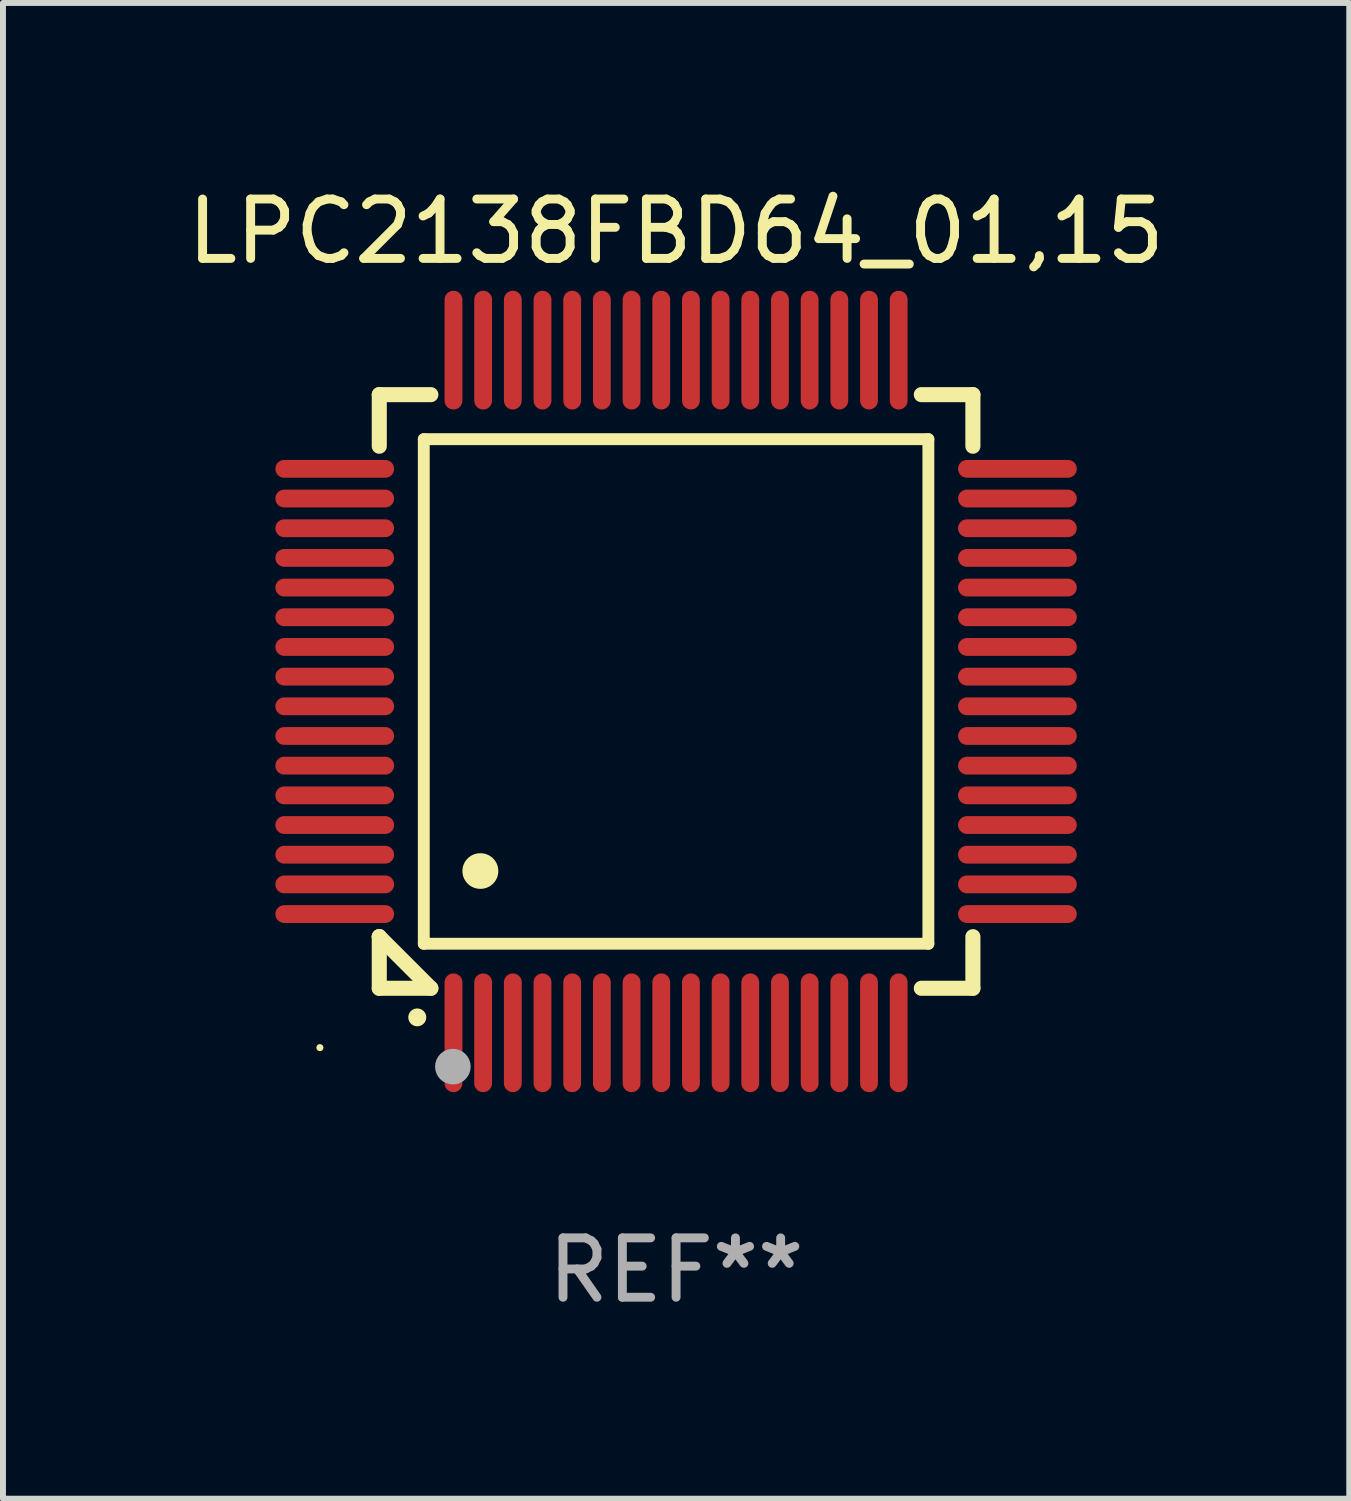
<source format=kicad_pcb>
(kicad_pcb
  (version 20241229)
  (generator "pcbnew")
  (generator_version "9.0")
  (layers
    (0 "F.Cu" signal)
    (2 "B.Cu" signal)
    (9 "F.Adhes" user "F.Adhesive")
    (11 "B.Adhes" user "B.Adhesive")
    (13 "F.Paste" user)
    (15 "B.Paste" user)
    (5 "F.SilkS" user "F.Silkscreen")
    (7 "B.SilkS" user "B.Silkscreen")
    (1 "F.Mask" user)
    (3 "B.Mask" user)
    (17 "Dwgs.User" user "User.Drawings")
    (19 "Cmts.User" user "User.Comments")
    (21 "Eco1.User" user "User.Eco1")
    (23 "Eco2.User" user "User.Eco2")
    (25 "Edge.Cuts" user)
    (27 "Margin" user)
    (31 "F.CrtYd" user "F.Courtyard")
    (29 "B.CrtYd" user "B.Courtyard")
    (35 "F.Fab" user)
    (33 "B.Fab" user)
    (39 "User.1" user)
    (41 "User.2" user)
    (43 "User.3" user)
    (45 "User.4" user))
  (footprint "LPC2138FBD64_01,15"
    (layer "F.Cu")
    (at 8.339 8.598)
    (property "Reference" "LPC2138FBD64_01,15" (at 0 -7.75 0) (layer "F.SilkS") (effects (font (size 1 1) (thickness 0.15))))
    (attr through_hole)
    (fp_line (start -5 -5) (end -4.131 -5) (stroke (width 0.254) (type solid)) (layer "F.SilkS"))
    (fp_line (start -5 -4.131) (end -5 -5) (stroke (width 0.254) (type solid)) (layer "F.SilkS"))
    (fp_line (start -5 4.131) (end -5 4.131) (stroke (width 0.254) (type solid)) (layer "F.SilkS"))
    (fp_line (start -5 5) (end -5 4.131) (stroke (width 0.254) (type solid)) (layer "F.SilkS"))
    (fp_line (start -5 4.131) (end -4.131 5) (stroke (width 0.254) (type solid)) (layer "F.SilkS"))
    (fp_line (start -4.25 -4.25) (end -4.25 4.25) (stroke (width 0.2) (type solid)) (layer "F.SilkS"))
    (fp_line (start -4.25 4.25) (end 4.25 4.25) (stroke (width 0.2) (type solid)) (layer "F.SilkS"))
    (fp_line (start -4.131 5) (end -5 5) (stroke (width 0.254) (type solid)) (layer "F.SilkS"))
    (fp_line (start 4.25 -4.25) (end -4.25 -4.25) (stroke (width 0.2) (type solid)) (layer "F.SilkS"))
    (fp_line (start 4.25 4.25) (end 4.25 -4.25) (stroke (width 0.2) (type solid)) (layer "F.SilkS"))
    (fp_line (start 5 -5) (end 4.131 -5) (stroke (width 0.254) (type solid)) (layer "F.SilkS"))
    (fp_line (start 5 -5) (end 5 -4.131) (stroke (width 0.254) (type solid)) (layer "F.SilkS"))
    (fp_line (start 5 4.131) (end 5 5) (stroke (width 0.254) (type solid)) (layer "F.SilkS"))
    (fp_line (start 5 5) (end 4.131 5) (stroke (width 0.254) (type solid)) (layer "F.SilkS"))
    (fp_arc (start -4.361265 5.489992) (mid -4.359995 5.489987) (end -4.358725 5.489992) (stroke (width 0.3) (type solid)) (layer "F.SilkS"))
    (fp_arc (start -3.299467 3.025146) (mid -3.296927 3.025135) (end -3.294387 3.025146) (stroke (width 0.6) (type solid)) (layer "F.SilkS"))
    (fp_circle (center -6 6) (end -5.97 6) (stroke (width 0.06) (type solid)) (fill no) (layer "F.SilkS"))
    (fp_circle (center -3.76 6.32) (end -3.61 6.32) (stroke (width 0.3) (type solid)) (fill no) (layer "F.Fab"))
    (fp_text user "REF**" (at 0 9.75 0) (layer "F.Fab") (effects (font (size 1 1) (thickness 0.15))))
    (pad "1" smd oval (at -3.75 5.75) (size 0.3 2) (layers "F.Cu" "F.Mask" "F.Paste"))
    (pad "2" smd oval (at -3.25 5.75) (size 0.3 2) (layers "F.Cu" "F.Mask" "F.Paste"))
    (pad "3" smd oval (at -2.75 5.75) (size 0.3 2) (layers "F.Cu" "F.Mask" "F.Paste"))
    (pad "4" smd oval (at -2.25 5.75) (size 0.3 2) (layers "F.Cu" "F.Mask" "F.Paste"))
    (pad "5" smd oval (at -1.75 5.75) (size 0.3 2) (layers "F.Cu" "F.Mask" "F.Paste"))
    (pad "6" smd oval (at -1.25 5.75) (size 0.3 2) (layers "F.Cu" "F.Mask" "F.Paste"))
    (pad "7" smd oval (at -0.75 5.75) (size 0.3 2) (layers "F.Cu" "F.Mask" "F.Paste"))
    (pad "8" smd oval (at -0.25 5.75) (size 0.3 2) (layers "F.Cu" "F.Mask" "F.Paste"))
    (pad "9" smd oval (at 0.25 5.75) (size 0.3 2) (layers "F.Cu" "F.Mask" "F.Paste"))
    (pad "10" smd oval (at 0.75 5.75) (size 0.3 2) (layers "F.Cu" "F.Mask" "F.Paste"))
    (pad "11" smd oval (at 1.25 5.75) (size 0.3 2) (layers "F.Cu" "F.Mask" "F.Paste"))
    (pad "12" smd oval (at 1.75 5.75) (size 0.3 2) (layers "F.Cu" "F.Mask" "F.Paste"))
    (pad "13" smd oval (at 2.25 5.75) (size 0.3 2) (layers "F.Cu" "F.Mask" "F.Paste"))
    (pad "14" smd oval (at 2.75 5.75) (size 0.3 2) (layers "F.Cu" "F.Mask" "F.Paste"))
    (pad "15" smd oval (at 3.25 5.75) (size 0.3 2) (layers "F.Cu" "F.Mask" "F.Paste"))
    (pad "16" smd oval (at 3.75 5.75) (size 0.3 2) (layers "F.Cu" "F.Mask" "F.Paste"))
    (pad "17" smd oval (at 5.75 3.75) (size 2 0.3) (layers "F.Cu" "F.Mask" "F.Paste"))
    (pad "18" smd oval (at 5.75 3.25) (size 2 0.3) (layers "F.Cu" "F.Mask" "F.Paste"))
    (pad "19" smd oval (at 5.75 2.75) (size 2 0.3) (layers "F.Cu" "F.Mask" "F.Paste"))
    (pad "20" smd oval (at 5.75 2.25) (size 2 0.3) (layers "F.Cu" "F.Mask" "F.Paste"))
    (pad "21" smd oval (at 5.75 1.75) (size 2 0.3) (layers "F.Cu" "F.Mask" "F.Paste"))
    (pad "22" smd oval (at 5.75 1.25) (size 2 0.3) (layers "F.Cu" "F.Mask" "F.Paste"))
    (pad "23" smd oval (at 5.75 0.75) (size 2 0.3) (layers "F.Cu" "F.Mask" "F.Paste"))
    (pad "24" smd oval (at 5.75 0.25) (size 2 0.3) (layers "F.Cu" "F.Mask" "F.Paste"))
    (pad "25" smd oval (at 5.75 -0.25) (size 2 0.3) (layers "F.Cu" "F.Mask" "F.Paste"))
    (pad "26" smd oval (at 5.75 -0.75) (size 2 0.3) (layers "F.Cu" "F.Mask" "F.Paste"))
    (pad "27" smd oval (at 5.75 -1.25) (size 2 0.3) (layers "F.Cu" "F.Mask" "F.Paste"))
    (pad "28" smd oval (at 5.75 -1.75) (size 2 0.3) (layers "F.Cu" "F.Mask" "F.Paste"))
    (pad "29" smd oval (at 5.75 -2.25) (size 2 0.3) (layers "F.Cu" "F.Mask" "F.Paste"))
    (pad "30" smd oval (at 5.75 -2.75) (size 2 0.3) (layers "F.Cu" "F.Mask" "F.Paste"))
    (pad "31" smd oval (at 5.75 -3.25) (size 2 0.3) (layers "F.Cu" "F.Mask" "F.Paste"))
    (pad "32" smd oval (at 5.75 -3.75) (size 2 0.3) (layers "F.Cu" "F.Mask" "F.Paste"))
    (pad "33" smd oval (at 3.75 -5.75) (size 0.3 2) (layers "F.Cu" "F.Mask" "F.Paste"))
    (pad "34" smd oval (at 3.25 -5.75) (size 0.3 2) (layers "F.Cu" "F.Mask" "F.Paste"))
    (pad "35" smd oval (at 2.75 -5.75) (size 0.3 2) (layers "F.Cu" "F.Mask" "F.Paste"))
    (pad "36" smd oval (at 2.25 -5.75) (size 0.3 2) (layers "F.Cu" "F.Mask" "F.Paste"))
    (pad "37" smd oval (at 1.75 -5.75) (size 0.3 2) (layers "F.Cu" "F.Mask" "F.Paste"))
    (pad "38" smd oval (at 1.25 -5.75) (size 0.3 2) (layers "F.Cu" "F.Mask" "F.Paste"))
    (pad "39" smd oval (at 0.75 -5.75) (size 0.3 2) (layers "F.Cu" "F.Mask" "F.Paste"))
    (pad "40" smd oval (at 0.25 -5.75) (size 0.3 2) (layers "F.Cu" "F.Mask" "F.Paste"))
    (pad "41" smd oval (at -0.25 -5.75) (size 0.3 2) (layers "F.Cu" "F.Mask" "F.Paste"))
    (pad "42" smd oval (at -0.75 -5.75) (size 0.3 2) (layers "F.Cu" "F.Mask" "F.Paste"))
    (pad "43" smd oval (at -1.25 -5.75) (size 0.3 2) (layers "F.Cu" "F.Mask" "F.Paste"))
    (pad "44" smd oval (at -1.75 -5.75) (size 0.3 2) (layers "F.Cu" "F.Mask" "F.Paste"))
    (pad "45" smd oval (at -2.25 -5.75) (size 0.3 2) (layers "F.Cu" "F.Mask" "F.Paste"))
    (pad "46" smd oval (at -2.75 -5.75) (size 0.3 2) (layers "F.Cu" "F.Mask" "F.Paste"))
    (pad "47" smd oval (at -3.25 -5.75) (size 0.3 2) (layers "F.Cu" "F.Mask" "F.Paste"))
    (pad "48" smd oval (at -3.75 -5.75) (size 0.3 2) (layers "F.Cu" "F.Mask" "F.Paste"))
    (pad "49" smd oval (at -5.75 -3.75) (size 2 0.3) (layers "F.Cu" "F.Mask" "F.Paste"))
    (pad "50" smd oval (at -5.75 -3.25) (size 2 0.3) (layers "F.Cu" "F.Mask" "F.Paste"))
    (pad "51" smd oval (at -5.75 -2.75) (size 2 0.3) (layers "F.Cu" "F.Mask" "F.Paste"))
    (pad "52" smd oval (at -5.75 -2.25) (size 2 0.3) (layers "F.Cu" "F.Mask" "F.Paste"))
    (pad "53" smd oval (at -5.75 -1.75) (size 2 0.3) (layers "F.Cu" "F.Mask" "F.Paste"))
    (pad "54" smd oval (at -5.75 -1.25) (size 2 0.3) (layers "F.Cu" "F.Mask" "F.Paste"))
    (pad "55" smd oval (at -5.75 -0.75) (size 2 0.3) (layers "F.Cu" "F.Mask" "F.Paste"))
    (pad "56" smd oval (at -5.75 -0.25) (size 2 0.3) (layers "F.Cu" "F.Mask" "F.Paste"))
    (pad "57" smd oval (at -5.75 0.25) (size 2 0.3) (layers "F.Cu" "F.Mask" "F.Paste"))
    (pad "58" smd oval (at -5.75 0.75) (size 2 0.3) (layers "F.Cu" "F.Mask" "F.Paste"))
    (pad "59" smd oval (at -5.75 1.25) (size 2 0.3) (layers "F.Cu" "F.Mask" "F.Paste"))
    (pad "60" smd oval (at -5.75 1.75) (size 2 0.3) (layers "F.Cu" "F.Mask" "F.Paste"))
    (pad "61" smd oval (at -5.75 2.25) (size 2 0.3) (layers "F.Cu" "F.Mask" "F.Paste"))
    (pad "62" smd oval (at -5.75 2.75) (size 2 0.3) (layers "F.Cu" "F.Mask" "F.Paste"))
    (pad "63" smd oval (at -5.75 3.25) (size 2 0.3) (layers "F.Cu" "F.Mask" "F.Paste"))
    (pad "64" smd oval (at -5.75 3.75) (size 2 0.3) (layers "F.Cu" "F.Mask" "F.Paste")))
  (gr_rect
    (start -3 -3)
    (end 19.679 22.196)
    (stroke (width 0.1) (type default))
    (fill no)
    (layer "Edge.Cuts")))
</source>
